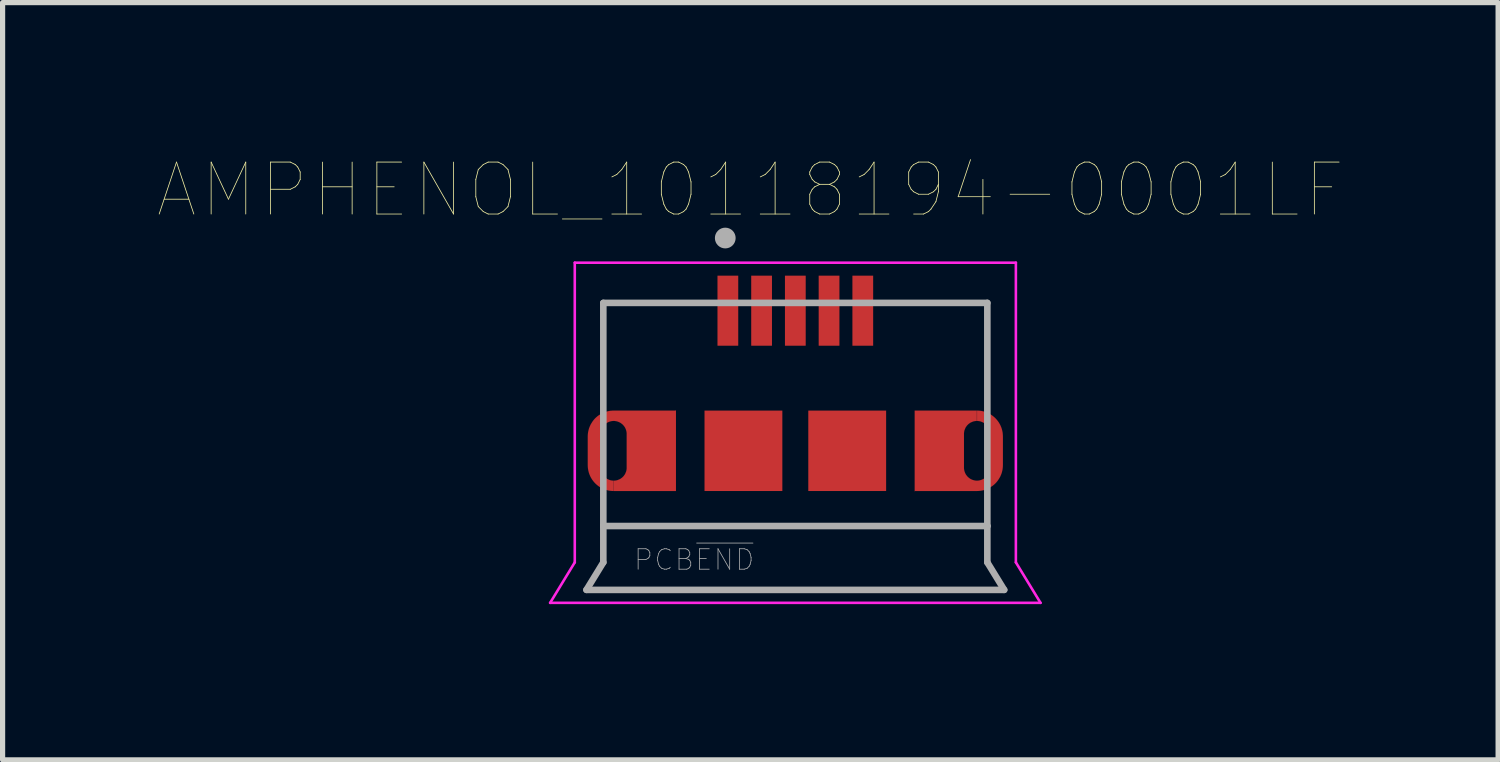
<source format=kicad_pcb>
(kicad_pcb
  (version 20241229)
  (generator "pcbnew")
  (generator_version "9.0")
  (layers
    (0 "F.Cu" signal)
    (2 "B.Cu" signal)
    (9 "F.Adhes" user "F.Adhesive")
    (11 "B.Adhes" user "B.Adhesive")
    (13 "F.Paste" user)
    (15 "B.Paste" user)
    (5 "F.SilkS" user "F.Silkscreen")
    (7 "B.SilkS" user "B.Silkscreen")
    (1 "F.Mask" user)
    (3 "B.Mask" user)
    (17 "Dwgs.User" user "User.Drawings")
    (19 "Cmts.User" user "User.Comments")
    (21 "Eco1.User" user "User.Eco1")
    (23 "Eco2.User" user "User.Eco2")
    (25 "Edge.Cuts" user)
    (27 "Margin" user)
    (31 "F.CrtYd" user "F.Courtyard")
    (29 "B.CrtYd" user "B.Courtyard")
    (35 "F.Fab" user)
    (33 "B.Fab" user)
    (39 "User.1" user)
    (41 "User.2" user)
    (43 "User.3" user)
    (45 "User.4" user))
  (footprint "AMPHENOL_10118194-0001LF"
    (layer "F.Cu")
    (at 12.276 5.637)
    (property "Reference" "AMPHENOL_10118194-0001LF" (at -0.866 -5.025 0) (layer "F.SilkS") (effects (font (size 1.001 1.001) (thickness 0.015))))
    (attr through_hole)
    (fp_poly (pts (xy -2.3 -0.78) (xy -2.3 0.775) (xy -3.498 0.775) (xy -3.498 0.575) (xy -3.486 0.575) (xy -3.473 0.574) (xy -3.46 0.572) (xy -3.447 0.57) (xy -3.434 0.567) (xy -3.422 0.563) (xy -3.41 0.558) (xy -3.398 0.553) (xy -3.386 0.548) (xy -3.374 0.542) (xy -3.363 0.535) (xy -3.353 0.527) (xy -3.342 0.52) (xy -3.332 0.511) (xy -3.323 0.502) (xy -3.314 0.493) (xy -3.305 0.483) (xy -3.298 0.472) (xy -3.29 0.462) (xy -3.283 0.451) (xy -3.277 0.439) (xy -3.272 0.427) (xy -3.267 0.415) (xy -3.262 0.403) (xy -3.258 0.391) (xy -3.255 0.378) (xy -3.253 0.365) (xy -3.251 0.352) (xy -3.25 0.339) (xy -3.25 0.325) (xy -3.25 0.315) (xy -3.25 -0.315) (xy -3.25 -0.325) (xy -3.25 -0.338) (xy -3.251 -0.351) (xy -3.253 -0.364) (xy -3.255 -0.377) (xy -3.259 -0.39) (xy -3.262 -0.402) (xy -3.267 -0.415) (xy -3.272 -0.427) (xy -3.277 -0.438) (xy -3.283 -0.45) (xy -3.29 -0.461) (xy -3.298 -0.472) (xy -3.306 -0.482) (xy -3.314 -0.492) (xy -3.323 -0.502) (xy -3.333 -0.511) (xy -3.343 -0.519) (xy -3.353 -0.527) (xy -3.364 -0.535) (xy -3.375 -0.542) (xy -3.387 -0.548) (xy -3.398 -0.553) (xy -3.41 -0.558) (xy -3.423 -0.563) (xy -3.435 -0.566) (xy -3.448 -0.57) (xy -3.461 -0.572) (xy -3.474 -0.574) (xy -3.487 -0.575) (xy -3.5 -0.575) (xy -3.513 -0.575) (xy -3.526 -0.574) (xy -3.539 -0.572) (xy -3.552 -0.57) (xy -3.565 -0.566) (xy -3.577 -0.563) (xy -3.59 -0.558) (xy -3.602 -0.553) (xy -3.613 -0.548) (xy -3.625 -0.542) (xy -3.636 -0.535) (xy -3.647 -0.527) (xy -3.657 -0.519) (xy -3.667 -0.511) (xy -3.677 -0.502) (xy -3.686 -0.492) (xy -3.694 -0.482) (xy -3.702 -0.472) (xy -3.71 -0.461) (xy -3.717 -0.45) (xy -3.723 -0.438) (xy -3.728 -0.427) (xy -3.733 -0.415) (xy -3.738 -0.402) (xy -3.741 -0.39) (xy -3.745 -0.377) (xy -3.747 -0.364) (xy -3.749 -0.351) (xy -3.75 -0.338) (xy -3.75 -0.325) (xy -3.75 0.325) (xy -3.75 0.339) (xy -3.749 0.352) (xy -3.747 0.365) (xy -3.745 0.378) (xy -3.742 0.391) (xy -3.738 0.403) (xy -3.733 0.415) (xy -3.728 0.427) (xy -3.723 0.439) (xy -3.717 0.451) (xy -3.71 0.462) (xy -3.702 0.472) (xy -3.695 0.483) (xy -3.686 0.493) (xy -3.677 0.502) (xy -3.668 0.511) (xy -3.658 0.52) (xy -3.647 0.527) (xy -3.637 0.535) (xy -3.626 0.542) (xy -3.614 0.548) (xy -3.602 0.553) (xy -3.59 0.558) (xy -3.578 0.563) (xy -3.566 0.567) (xy -3.553 0.57) (xy -3.54 0.572) (xy -3.527 0.574) (xy -3.514 0.575) (xy -3.502 0.575) (xy -3.502 0.775) (xy -3.527 0.774) (xy -3.553 0.772) (xy -3.579 0.769) (xy -3.605 0.764) (xy -3.63 0.758) (xy -3.655 0.751) (xy -3.68 0.742) (xy -3.704 0.732) (xy -3.728 0.721) (xy -3.751 0.708) (xy -3.773 0.695) (xy -3.794 0.68) (xy -3.815 0.664) (xy -3.835 0.647) (xy -3.854 0.629) (xy -3.872 0.61) (xy -3.889 0.59) (xy -3.905 0.569) (xy -3.92 0.548) (xy -3.933 0.526) (xy -3.946 0.503) (xy -3.957 0.479) (xy -3.967 0.455) (xy -3.976 0.43) (xy -3.983 0.405) (xy -3.989 0.38) (xy -3.994 0.354) (xy -3.997 0.328) (xy -3.999 0.302) (xy -4 0.275) (xy -4 -0.275) (xy -3.999 -0.301) (xy -3.997 -0.327) (xy -3.994 -0.353) (xy -3.989 -0.379) (xy -3.983 -0.404) (xy -3.976 -0.43) (xy -3.967 -0.454) (xy -3.957 -0.478) (xy -3.946 -0.502) (xy -3.933 -0.525) (xy -3.919 -0.547) (xy -3.905 -0.569) (xy -3.889 -0.59) (xy -3.872 -0.61) (xy -3.854 -0.629) (xy -3.835 -0.647) (xy -3.815 -0.664) (xy -3.794 -0.68) (xy -3.772 -0.694) (xy -3.75 -0.708) (xy -3.727 -0.721) (xy -3.703 -0.732) (xy -3.679 -0.742) (xy -3.655 -0.751) (xy -3.629 -0.758) (xy -3.604 -0.764) (xy -3.578 -0.769) (xy -3.552 -0.772) (xy -3.526 -0.774) (xy -3.5 -0.775) (xy -2.305 -0.775) (xy -2.305 -0.78) (xy -2.3 -0.78)) (stroke (width 0.001) (type solid)) (fill yes) (layer "F.Cu"))
    (fp_poly (pts (xy 2.3 0.78) (xy 2.3 -0.775) (xy 3.498 -0.775) (xy 3.498 -0.575) (xy 3.486 -0.575) (xy 3.473 -0.574) (xy 3.46 -0.572) (xy 3.447 -0.57) (xy 3.434 -0.567) (xy 3.422 -0.563) (xy 3.41 -0.558) (xy 3.398 -0.553) (xy 3.386 -0.548) (xy 3.374 -0.542) (xy 3.363 -0.535) (xy 3.353 -0.527) (xy 3.342 -0.52) (xy 3.332 -0.511) (xy 3.323 -0.502) (xy 3.314 -0.493) (xy 3.305 -0.483) (xy 3.298 -0.472) (xy 3.29 -0.462) (xy 3.283 -0.451) (xy 3.277 -0.439) (xy 3.272 -0.427) (xy 3.267 -0.415) (xy 3.262 -0.403) (xy 3.258 -0.391) (xy 3.255 -0.378) (xy 3.253 -0.365) (xy 3.251 -0.352) (xy 3.25 -0.339) (xy 3.25 -0.325) (xy 3.25 -0.315) (xy 3.25 0.315) (xy 3.25 0.325) (xy 3.25 0.338) (xy 3.251 0.351) (xy 3.253 0.364) (xy 3.255 0.377) (xy 3.259 0.39) (xy 3.262 0.402) (xy 3.267 0.415) (xy 3.272 0.427) (xy 3.277 0.438) (xy 3.283 0.45) (xy 3.29 0.461) (xy 3.298 0.472) (xy 3.306 0.482) (xy 3.314 0.492) (xy 3.323 0.502) (xy 3.333 0.511) (xy 3.343 0.519) (xy 3.353 0.527) (xy 3.364 0.535) (xy 3.375 0.542) (xy 3.387 0.548) (xy 3.398 0.553) (xy 3.41 0.558) (xy 3.423 0.563) (xy 3.435 0.566) (xy 3.448 0.57) (xy 3.461 0.572) (xy 3.474 0.574) (xy 3.487 0.575) (xy 3.5 0.575) (xy 3.513 0.575) (xy 3.526 0.574) (xy 3.539 0.572) (xy 3.552 0.57) (xy 3.565 0.566) (xy 3.577 0.563) (xy 3.59 0.558) (xy 3.602 0.553) (xy 3.613 0.548) (xy 3.625 0.542) (xy 3.636 0.535) (xy 3.647 0.527) (xy 3.657 0.519) (xy 3.667 0.511) (xy 3.677 0.502) (xy 3.686 0.492) (xy 3.694 0.482) (xy 3.702 0.472) (xy 3.71 0.461) (xy 3.717 0.45) (xy 3.723 0.438) (xy 3.728 0.427) (xy 3.733 0.415) (xy 3.738 0.402) (xy 3.741 0.39) (xy 3.745 0.377) (xy 3.747 0.364) (xy 3.749 0.351) (xy 3.75 0.338) (xy 3.75 0.325) (xy 3.75 -0.325) (xy 3.75 -0.339) (xy 3.749 -0.352) (xy 3.747 -0.365) (xy 3.745 -0.378) (xy 3.742 -0.391) (xy 3.738 -0.403) (xy 3.733 -0.415) (xy 3.728 -0.427) (xy 3.723 -0.439) (xy 3.717 -0.451) (xy 3.71 -0.462) (xy 3.702 -0.472) (xy 3.695 -0.483) (xy 3.686 -0.493) (xy 3.677 -0.502) (xy 3.668 -0.511) (xy 3.658 -0.52) (xy 3.647 -0.527) (xy 3.637 -0.535) (xy 3.626 -0.542) (xy 3.614 -0.548) (xy 3.602 -0.553) (xy 3.59 -0.558) (xy 3.578 -0.563) (xy 3.566 -0.567) (xy 3.553 -0.57) (xy 3.54 -0.572) (xy 3.527 -0.574) (xy 3.514 -0.575) (xy 3.502 -0.575) (xy 3.502 -0.775) (xy 3.527 -0.774) (xy 3.553 -0.772) (xy 3.579 -0.769) (xy 3.605 -0.764) (xy 3.63 -0.758) (xy 3.655 -0.751) (xy 3.68 -0.742) (xy 3.704 -0.732) (xy 3.728 -0.721) (xy 3.751 -0.708) (xy 3.773 -0.695) (xy 3.794 -0.68) (xy 3.815 -0.664) (xy 3.835 -0.647) (xy 3.854 -0.629) (xy 3.872 -0.61) (xy 3.889 -0.59) (xy 3.905 -0.569) (xy 3.92 -0.548) (xy 3.933 -0.526) (xy 3.946 -0.503) (xy 3.957 -0.479) (xy 3.967 -0.455) (xy 3.976 -0.43) (xy 3.983 -0.405) (xy 3.989 -0.38) (xy 3.994 -0.354) (xy 3.997 -0.328) (xy 3.999 -0.302) (xy 4 -0.275) (xy 4 0.275) (xy 3.999 0.301) (xy 3.997 0.327) (xy 3.994 0.353) (xy 3.989 0.379) (xy 3.983 0.404) (xy 3.976 0.43) (xy 3.967 0.454) (xy 3.957 0.478) (xy 3.946 0.502) (xy 3.933 0.525) (xy 3.919 0.547) (xy 3.905 0.569) (xy 3.889 0.59) (xy 3.872 0.61) (xy 3.854 0.629) (xy 3.835 0.647) (xy 3.815 0.664) (xy 3.794 0.68) (xy 3.772 0.694) (xy 3.75 0.708) (xy 3.727 0.721) (xy 3.703 0.732) (xy 3.679 0.742) (xy 3.655 0.751) (xy 3.629 0.758) (xy 3.604 0.764) (xy 3.578 0.769) (xy 3.552 0.772) (xy 3.526 0.774) (xy 3.5 0.775) (xy 2.305 0.775) (xy 2.305 0.78) (xy 2.3 0.78)) (stroke (width 0.001) (type solid)) (fill yes) (layer "F.Cu"))
    (fp_line (start -3.5 -0.77) (end -3.5 -0.6) (stroke (width 0.0001) (type solid)) (layer "F.Paste"))
    (fp_line (start 3.5 0.77) (end 3.5 0.6) (stroke (width 0.0001) (type solid)) (layer "F.Paste"))
    (fp_poly (pts (xy -3.5 -0.775) (xy -3.5 -0.575) (xy -3.487 -0.575) (xy -3.474 -0.574) (xy -3.461 -0.572) (xy -3.448 -0.57) (xy -3.435 -0.566) (xy -3.423 -0.563) (xy -3.41 -0.558) (xy -3.398 -0.553) (xy -3.387 -0.548) (xy -3.375 -0.542) (xy -3.364 -0.535) (xy -3.353 -0.527) (xy -3.343 -0.519) (xy -3.333 -0.511) (xy -3.323 -0.502) (xy -3.314 -0.492) (xy -3.306 -0.482) (xy -3.298 -0.472) (xy -3.29 -0.461) (xy -3.283 -0.45) (xy -3.277 -0.438) (xy -3.272 -0.427) (xy -3.267 -0.415) (xy -3.262 -0.402) (xy -3.259 -0.39) (xy -3.255 -0.377) (xy -3.253 -0.364) (xy -3.251 -0.351) (xy -3.25 -0.338) (xy -3.25 -0.325) (xy -3.25 0.325) (xy -3.25 0.338) (xy -3.251 0.351) (xy -3.253 0.364) (xy -3.255 0.377) (xy -3.259 0.39) (xy -3.262 0.402) (xy -3.267 0.415) (xy -3.272 0.427) (xy -3.277 0.438) (xy -3.283 0.45) (xy -3.29 0.461) (xy -3.298 0.472) (xy -3.306 0.482) (xy -3.314 0.492) (xy -3.323 0.502) (xy -3.333 0.511) (xy -3.343 0.519) (xy -3.353 0.527) (xy -3.364 0.535) (xy -3.375 0.542) (xy -3.387 0.548) (xy -3.398 0.553) (xy -3.41 0.558) (xy -3.423 0.563) (xy -3.435 0.566) (xy -3.448 0.57) (xy -3.461 0.572) (xy -3.474 0.574) (xy -3.487 0.575) (xy -3.5 0.575) (xy -3.5 0.775) (xy -2.3 0.775) (xy -2.3 -0.775) (xy -3.5 -0.775)) (stroke (width 0.0001) (type solid)) (fill yes) (layer "F.Paste"))
    (fp_poly (pts (xy 3.5 0.775) (xy 3.5 0.575) (xy 3.487 0.575) (xy 3.474 0.574) (xy 3.461 0.572) (xy 3.448 0.57) (xy 3.435 0.566) (xy 3.423 0.563) (xy 3.41 0.558) (xy 3.398 0.553) (xy 3.387 0.548) (xy 3.375 0.542) (xy 3.364 0.535) (xy 3.353 0.527) (xy 3.343 0.519) (xy 3.333 0.511) (xy 3.323 0.502) (xy 3.314 0.492) (xy 3.306 0.482) (xy 3.298 0.472) (xy 3.29 0.461) (xy 3.283 0.45) (xy 3.277 0.438) (xy 3.272 0.427) (xy 3.267 0.415) (xy 3.262 0.402) (xy 3.259 0.39) (xy 3.255 0.377) (xy 3.253 0.364) (xy 3.251 0.351) (xy 3.25 0.338) (xy 3.25 0.325) (xy 3.25 -0.325) (xy 3.25 -0.338) (xy 3.251 -0.351) (xy 3.253 -0.364) (xy 3.255 -0.377) (xy 3.259 -0.39) (xy 3.262 -0.402) (xy 3.267 -0.415) (xy 3.272 -0.427) (xy 3.277 -0.438) (xy 3.283 -0.45) (xy 3.29 -0.461) (xy 3.298 -0.472) (xy 3.306 -0.482) (xy 3.314 -0.492) (xy 3.323 -0.502) (xy 3.333 -0.511) (xy 3.343 -0.519) (xy 3.353 -0.527) (xy 3.364 -0.535) (xy 3.375 -0.542) (xy 3.387 -0.548) (xy 3.398 -0.553) (xy 3.41 -0.558) (xy 3.423 -0.563) (xy 3.435 -0.566) (xy 3.448 -0.57) (xy 3.461 -0.572) (xy 3.474 -0.574) (xy 3.487 -0.575) (xy 3.5 -0.575) (xy 3.5 -0.775) (xy 2.3 -0.775) (xy 2.3 0.775) (xy 3.5 0.775)) (stroke (width 0.0001) (type solid)) (fill yes) (layer "F.Paste"))
    (fp_poly (pts (xy -3.5 -0.775) (xy -3.5 -0.575) (xy -3.513 -0.575) (xy -3.526 -0.574) (xy -3.539 -0.572) (xy -3.552 -0.57) (xy -3.565 -0.566) (xy -3.577 -0.563) (xy -3.59 -0.558) (xy -3.602 -0.553) (xy -3.613 -0.548) (xy -3.625 -0.542) (xy -3.636 -0.535) (xy -3.647 -0.527) (xy -3.657 -0.519) (xy -3.667 -0.511) (xy -3.677 -0.502) (xy -3.686 -0.492) (xy -3.694 -0.482) (xy -3.702 -0.472) (xy -3.71 -0.461) (xy -3.717 -0.45) (xy -3.723 -0.438) (xy -3.728 -0.427) (xy -3.733 -0.415) (xy -3.738 -0.402) (xy -3.741 -0.39) (xy -3.745 -0.377) (xy -3.747 -0.364) (xy -3.749 -0.351) (xy -3.75 -0.338) (xy -3.75 -0.325) (xy -3.75 0.325) (xy -3.75 0.338) (xy -3.749 0.351) (xy -3.747 0.364) (xy -3.745 0.377) (xy -3.741 0.39) (xy -3.738 0.402) (xy -3.733 0.415) (xy -3.728 0.427) (xy -3.723 0.438) (xy -3.717 0.45) (xy -3.71 0.461) (xy -3.702 0.472) (xy -3.694 0.482) (xy -3.686 0.492) (xy -3.677 0.502) (xy -3.667 0.511) (xy -3.657 0.519) (xy -3.647 0.527) (xy -3.636 0.535) (xy -3.625 0.542) (xy -3.613 0.548) (xy -3.602 0.553) (xy -3.59 0.558) (xy -3.577 0.563) (xy -3.565 0.566) (xy -3.552 0.57) (xy -3.539 0.572) (xy -3.526 0.574) (xy -3.513 0.575) (xy -3.5 0.575) (xy -3.5 0.775) (xy -3.526 0.774) (xy -3.552 0.772) (xy -3.578 0.769) (xy -3.604 0.764) (xy -3.629 0.758) (xy -3.655 0.751) (xy -3.679 0.742) (xy -3.703 0.732) (xy -3.727 0.721) (xy -3.75 0.708) (xy -3.772 0.694) (xy -3.794 0.68) (xy -3.815 0.664) (xy -3.835 0.647) (xy -3.854 0.629) (xy -3.872 0.61) (xy -3.889 0.59) (xy -3.905 0.569) (xy -3.919 0.547) (xy -3.933 0.525) (xy -3.946 0.502) (xy -3.957 0.478) (xy -3.967 0.454) (xy -3.976 0.43) (xy -3.983 0.404) (xy -3.989 0.379) (xy -3.994 0.353) (xy -3.997 0.327) (xy -3.999 0.301) (xy -4 0.275) (xy -4 -0.275) (xy -3.999 -0.301) (xy -3.997 -0.327) (xy -3.994 -0.353) (xy -3.989 -0.379) (xy -3.983 -0.404) (xy -3.976 -0.43) (xy -3.967 -0.454) (xy -3.957 -0.478) (xy -3.946 -0.502) (xy -3.933 -0.525) (xy -3.919 -0.547) (xy -3.905 -0.569) (xy -3.889 -0.59) (xy -3.872 -0.61) (xy -3.854 -0.629) (xy -3.835 -0.647) (xy -3.815 -0.664) (xy -3.794 -0.68) (xy -3.772 -0.694) (xy -3.75 -0.708) (xy -3.727 -0.721) (xy -3.703 -0.732) (xy -3.679 -0.742) (xy -3.655 -0.751) (xy -3.629 -0.758) (xy -3.604 -0.764) (xy -3.578 -0.769) (xy -3.552 -0.772) (xy -3.526 -0.774) (xy -3.5 -0.775)) (stroke (width 0.0001) (type solid)) (fill yes) (layer "F.Paste"))
    (fp_poly (pts (xy 3.5 0.775) (xy 3.5 0.575) (xy 3.513 0.575) (xy 3.526 0.574) (xy 3.539 0.572) (xy 3.552 0.57) (xy 3.565 0.566) (xy 3.577 0.563) (xy 3.59 0.558) (xy 3.602 0.553) (xy 3.613 0.548) (xy 3.625 0.542) (xy 3.636 0.535) (xy 3.647 0.527) (xy 3.657 0.519) (xy 3.667 0.511) (xy 3.677 0.502) (xy 3.686 0.492) (xy 3.694 0.482) (xy 3.702 0.472) (xy 3.71 0.461) (xy 3.717 0.45) (xy 3.723 0.438) (xy 3.728 0.427) (xy 3.733 0.415) (xy 3.738 0.402) (xy 3.741 0.39) (xy 3.745 0.377) (xy 3.747 0.364) (xy 3.749 0.351) (xy 3.75 0.338) (xy 3.75 0.325) (xy 3.75 -0.325) (xy 3.75 -0.338) (xy 3.749 -0.351) (xy 3.747 -0.364) (xy 3.745 -0.377) (xy 3.741 -0.39) (xy 3.738 -0.402) (xy 3.733 -0.415) (xy 3.728 -0.427) (xy 3.723 -0.438) (xy 3.717 -0.45) (xy 3.71 -0.461) (xy 3.702 -0.472) (xy 3.694 -0.482) (xy 3.686 -0.492) (xy 3.677 -0.502) (xy 3.667 -0.511) (xy 3.657 -0.519) (xy 3.647 -0.527) (xy 3.636 -0.535) (xy 3.625 -0.542) (xy 3.613 -0.548) (xy 3.602 -0.553) (xy 3.59 -0.558) (xy 3.577 -0.563) (xy 3.565 -0.566) (xy 3.552 -0.57) (xy 3.539 -0.572) (xy 3.526 -0.574) (xy 3.513 -0.575) (xy 3.5 -0.575) (xy 3.5 -0.775) (xy 3.526 -0.774) (xy 3.552 -0.772) (xy 3.578 -0.769) (xy 3.604 -0.764) (xy 3.629 -0.758) (xy 3.655 -0.751) (xy 3.679 -0.742) (xy 3.703 -0.732) (xy 3.727 -0.721) (xy 3.75 -0.708) (xy 3.772 -0.694) (xy 3.794 -0.68) (xy 3.815 -0.664) (xy 3.835 -0.647) (xy 3.854 -0.629) (xy 3.872 -0.61) (xy 3.889 -0.59) (xy 3.905 -0.569) (xy 3.919 -0.547) (xy 3.933 -0.525) (xy 3.946 -0.502) (xy 3.957 -0.478) (xy 3.967 -0.454) (xy 3.976 -0.43) (xy 3.983 -0.404) (xy 3.989 -0.379) (xy 3.994 -0.353) (xy 3.997 -0.327) (xy 3.999 -0.301) (xy 4 -0.275) (xy 4 0.275) (xy 3.999 0.301) (xy 3.997 0.327) (xy 3.994 0.353) (xy 3.989 0.379) (xy 3.983 0.404) (xy 3.976 0.43) (xy 3.967 0.454) (xy 3.957 0.478) (xy 3.946 0.502) (xy 3.933 0.525) (xy 3.919 0.547) (xy 3.905 0.569) (xy 3.889 0.59) (xy 3.872 0.61) (xy 3.854 0.629) (xy 3.835 0.647) (xy 3.815 0.664) (xy 3.794 0.68) (xy 3.772 0.694) (xy 3.75 0.708) (xy 3.727 0.721) (xy 3.703 0.732) (xy 3.679 0.742) (xy 3.655 0.751) (xy 3.629 0.758) (xy 3.604 0.764) (xy 3.578 0.769) (xy 3.552 0.772) (xy 3.526 0.774) (xy 3.5 0.775)) (stroke (width 0.0001) (type solid)) (fill yes) (layer "F.Paste"))
    (fp_line (start -4.725 2.93) (end -4.25 2.15) (stroke (width 0.05) (type solid)) (layer "F.CrtYd"))
    (fp_line (start -4.25 -3.625) (end 4.25 -3.625) (stroke (width 0.05) (type solid)) (layer "F.CrtYd"))
    (fp_line (start -4.25 2.15) (end -4.25 -3.625) (stroke (width 0.05) (type solid)) (layer "F.CrtYd"))
    (fp_line (start 4.25 2.15) (end 4.25 -3.625) (stroke (width 0.05) (type solid)) (layer "F.CrtYd"))
    (fp_line (start 4.725 2.93) (end -4.725 2.93) (stroke (width 0.05) (type solid)) (layer "F.CrtYd"))
    (fp_line (start 4.725 2.93) (end 4.25 2.15) (stroke (width 0.05) (type solid)) (layer "F.CrtYd"))
    (fp_line (start -4.025 2.68) (end 4.025 2.68) (stroke (width 0.127) (type solid)) (layer "F.Fab"))
    (fp_line (start -3.7 -2.85) (end -3.7 1.45) (stroke (width 0.127) (type solid)) (layer "F.Fab"))
    (fp_line (start -3.7 -2.85) (end 3.7 -2.85) (stroke (width 0.127) (type solid)) (layer "F.Fab"))
    (fp_line (start -3.7 1.45) (end -3.7 2.15) (stroke (width 0.127) (type solid)) (layer "F.Fab"))
    (fp_line (start -3.7 1.45) (end 3.7 1.45) (stroke (width 0.127) (type solid)) (layer "F.Fab"))
    (fp_line (start -3.7 2.15) (end -4.025 2.68) (stroke (width 0.127) (type solid)) (layer "F.Fab"))
    (fp_line (start 3.7 1.45) (end 3.7 -2.85) (stroke (width 0.127) (type solid)) (layer "F.Fab"))
    (fp_line (start 3.7 2.15) (end 3.7 1.45) (stroke (width 0.127) (type solid)) (layer "F.Fab"))
    (fp_line (start 4.025 2.68) (end 3.7 2.15) (stroke (width 0.127) (type solid)) (layer "F.Fab"))
    (fp_circle (center -1.35 -4.1) (end -1.25 -4.1) (stroke (width 0.2) (type solid)) (fill no) (layer "F.Fab"))
    (fp_text user "PCB~{END}" (at -1.95 2.1 0) (layer "F.Fab") (effects (font (size 0.394 0.394) (thickness 0.015))))
    (pad "1" smd rect (at -1.3 -2.7) (size 0.4 1.35) (layers "F.Cu" "F.Mask" "F.Paste"))
    (pad "2" smd rect (at -0.65 -2.7) (size 0.4 1.35) (layers "F.Cu" "F.Mask" "F.Paste"))
    (pad "3" smd rect (at 0 -2.7) (size 0.4 1.35) (layers "F.Cu" "F.Mask" "F.Paste"))
    (pad "4" smd rect (at 0.65 -2.7) (size 0.4 1.35) (layers "F.Cu" "F.Mask" "F.Paste"))
    (pad "5" smd rect (at 1.3 -2.7) (size 0.4 1.35) (layers "F.Cu" "F.Mask" "F.Paste"))
    (pad "S4" smd rect (at -1 0) (size 1.5 1.55) (layers "F.Cu" "F.Mask" "F.Paste"))
    (pad "S5" smd rect (at 1 0) (size 1.5 1.55) (layers "F.Cu" "F.Mask" "F.Paste")))
  (gr_rect
    (start -3 -3)
    (end 25.819 11.592)
    (stroke (width 0.1) (type default))
    (fill no)
    (layer "Edge.Cuts")))
</source>
